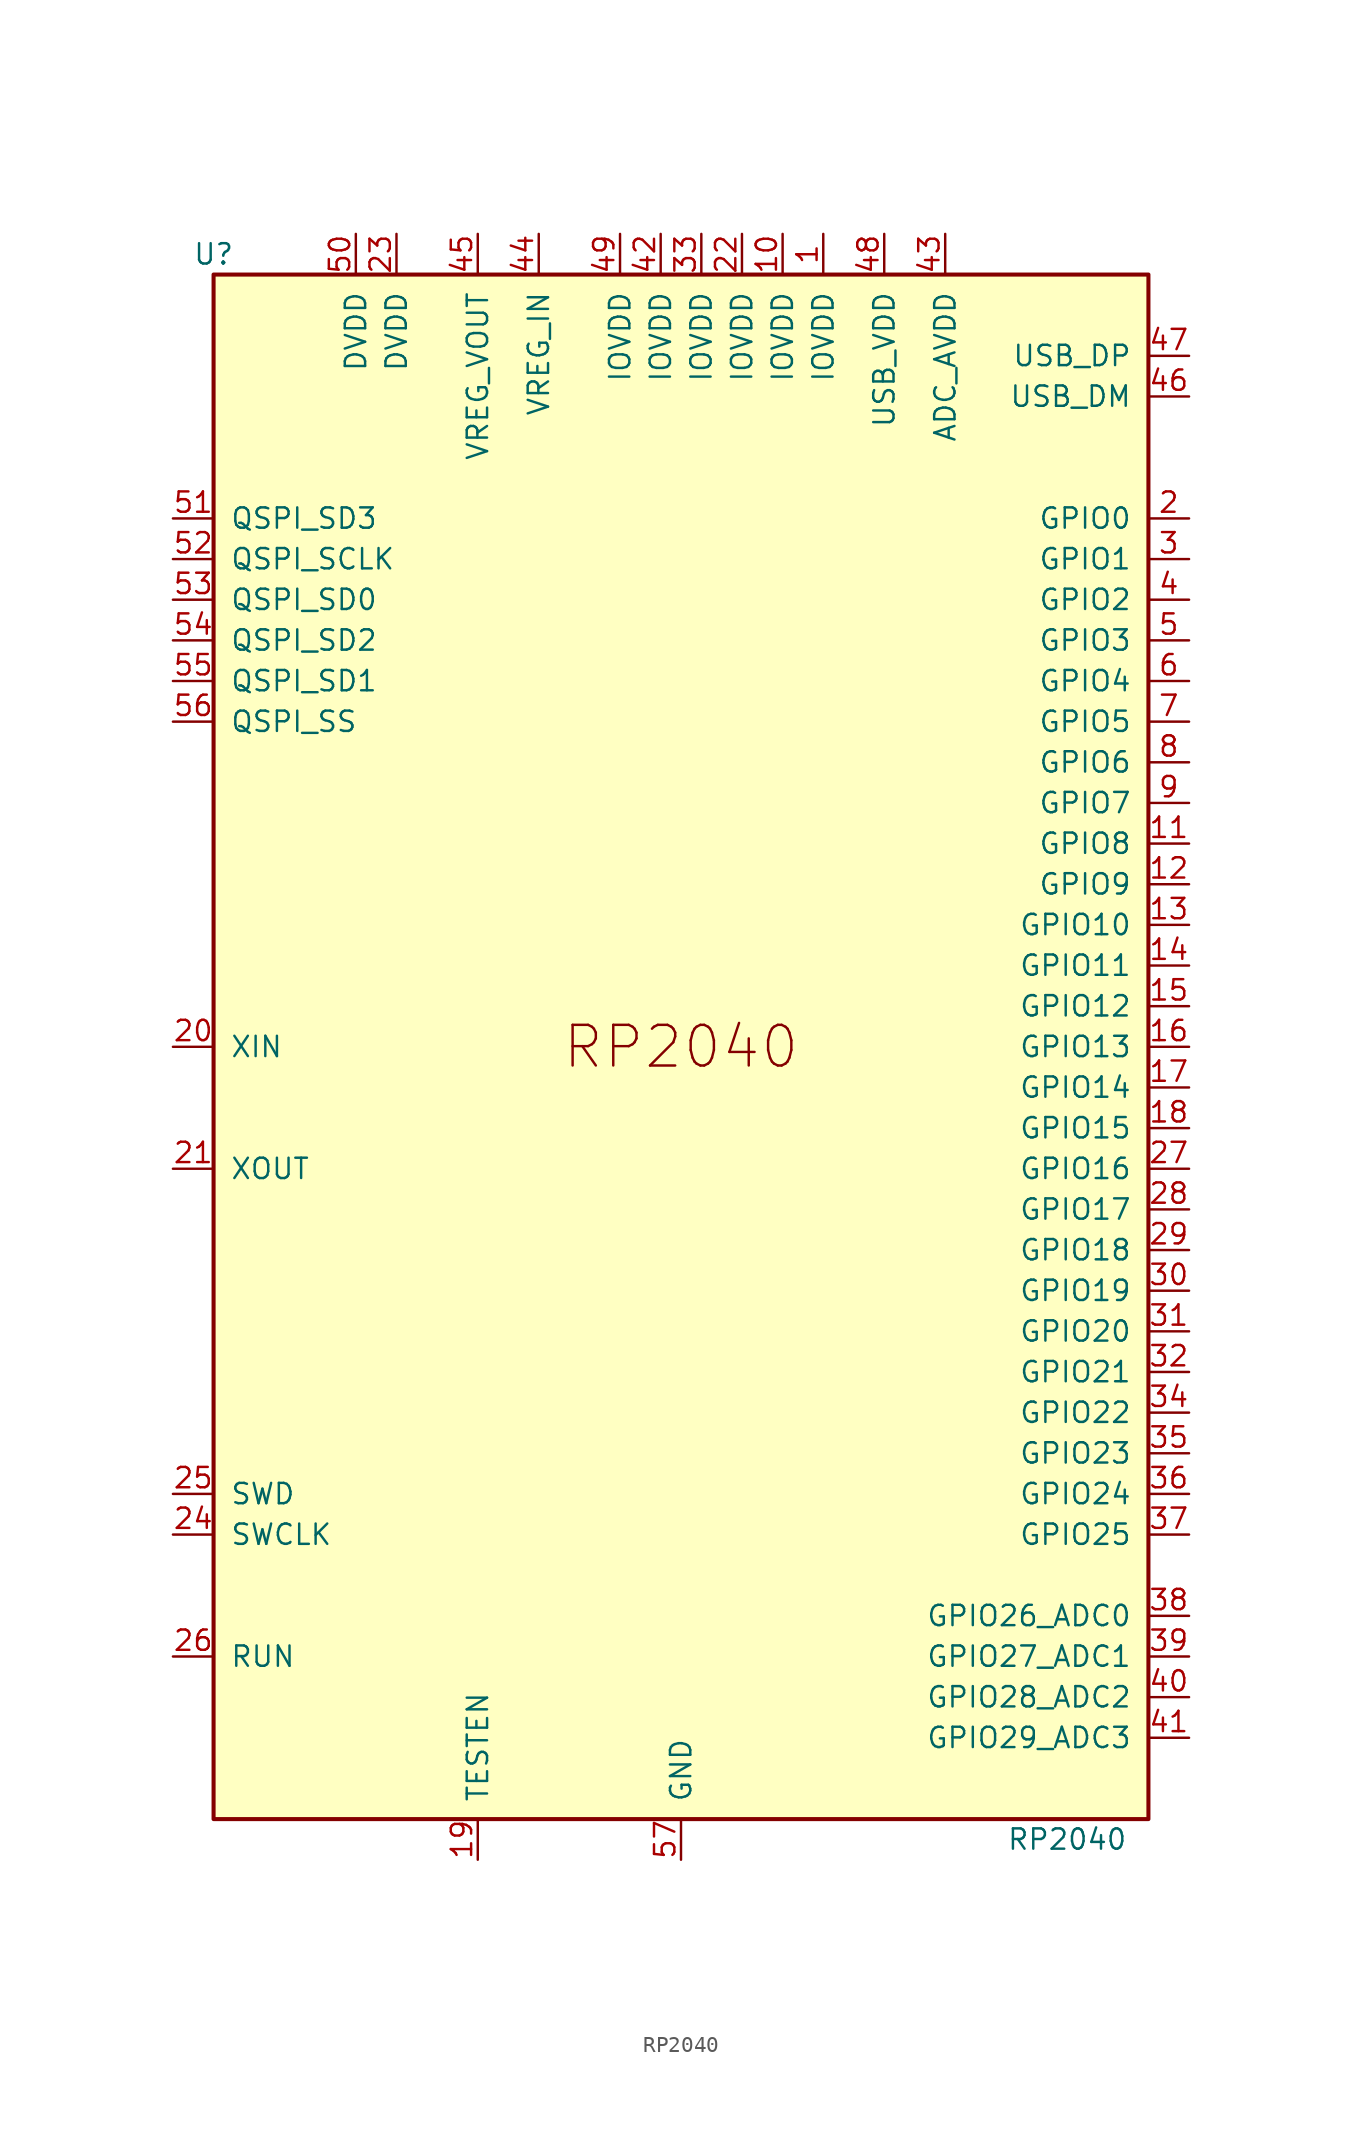
<source format=kicad_sym>
(kicad_symbol_lib
  (version 20211014)
  (generator kicad_symbol_editor)
  (symbol "RP2040"
    (pin_names
      (offset 1.016))
    (property "Reference" "U"
      (at -29.21 49.53 0)
      (effects (font (size 1.27 1.27))))
    (property "Value" "RP2040"
      (at 24.13 -49.53 0)
      (effects (font (size 1.27 1.27))))
    (symbol "RP2040_0_0"
      (text "RP2040" (at 0 0 0) (effects (font (size 2.54 2.54)))))
    (symbol "RP2040_0_1"
      (rectangle (start 29.21 48.26) (end -29.21 -48.26) (stroke (width 0.254) (type default) (color 0 0 0 0)) (fill (type background))))
    (symbol "RP2040_1_1"
      (pin power_in line (at 8.89 50.8 270) (length 2.54) (name "IOVDD" (effects (font (size 1.27 1.27)))) (number "1" (effects (font (size 1.27 1.27)))))
      (pin power_in line (at 6.35 50.8 270) (length 2.54) (name "IOVDD" (effects (font (size 1.27 1.27)))) (number "10" (effects (font (size 1.27 1.27)))))
      (pin bidirectional line (at 31.75 12.7 180) (length 2.54) (name "GPIO8" (effects (font (size 1.27 1.27)))) (number "11" (effects (font (size 1.27 1.27)))))
      (pin bidirectional line (at 31.75 10.16 180) (length 2.54) (name "GPIO9" (effects (font (size 1.27 1.27)))) (number "12" (effects (font (size 1.27 1.27)))))
      (pin bidirectional line (at 31.75 7.62 180) (length 2.54) (name "GPIO10" (effects (font (size 1.27 1.27)))) (number "13" (effects (font (size 1.27 1.27)))))
      (pin bidirectional line (at 31.75 5.08 180) (length 2.54) (name "GPIO11" (effects (font (size 1.27 1.27)))) (number "14" (effects (font (size 1.27 1.27)))))
      (pin bidirectional line (at 31.75 2.54 180) (length 2.54) (name "GPIO12" (effects (font (size 1.27 1.27)))) (number "15" (effects (font (size 1.27 1.27)))))
      (pin bidirectional line (at 31.75 0 180) (length 2.54) (name "GPIO13" (effects (font (size 1.27 1.27)))) (number "16" (effects (font (size 1.27 1.27)))))
      (pin bidirectional line (at 31.75 -2.54 180) (length 2.54) (name "GPIO14" (effects (font (size 1.27 1.27)))) (number "17" (effects (font (size 1.27 1.27)))))
      (pin bidirectional line (at 31.75 -5.08 180) (length 2.54) (name "GPIO15" (effects (font (size 1.27 1.27)))) (number "18" (effects (font (size 1.27 1.27)))))
      (pin passive line (at -12.7 -50.8 90) (length 2.54) (name "TESTEN" (effects (font (size 1.27 1.27)))) (number "19" (effects (font (size 1.27 1.27)))))
      (pin bidirectional line (at 31.75 33.02 180) (length 2.54) (name "GPIO0" (effects (font (size 1.27 1.27)))) (number "2" (effects (font (size 1.27 1.27)))))
      (pin input line (at -31.75 0 0) (length 2.54) (name "XIN" (effects (font (size 1.27 1.27)))) (number "20" (effects (font (size 1.27 1.27)))))
      (pin passive line (at -31.75 -7.62 0) (length 2.54) (name "XOUT" (effects (font (size 1.27 1.27)))) (number "21" (effects (font (size 1.27 1.27)))))
      (pin power_in line (at 3.81 50.8 270) (length 2.54) (name "IOVDD" (effects (font (size 1.27 1.27)))) (number "22" (effects (font (size 1.27 1.27)))))
      (pin power_in line (at -17.78 50.8 270) (length 2.54) (name "DVDD" (effects (font (size 1.27 1.27)))) (number "23" (effects (font (size 1.27 1.27)))))
      (pin output line (at -31.75 -30.48 0) (length 2.54) (name "SWCLK" (effects (font (size 1.27 1.27)))) (number "24" (effects (font (size 1.27 1.27)))))
      (pin bidirectional line (at -31.75 -27.94 0) (length 2.54) (name "SWD" (effects (font (size 1.27 1.27)))) (number "25" (effects (font (size 1.27 1.27)))))
      (pin input line (at -31.75 -38.1 0) (length 2.54) (name "RUN" (effects (font (size 1.27 1.27)))) (number "26" (effects (font (size 1.27 1.27)))))
      (pin bidirectional line (at 31.75 -7.62 180) (length 2.54) (name "GPIO16" (effects (font (size 1.27 1.27)))) (number "27" (effects (font (size 1.27 1.27)))))
      (pin bidirectional line (at 31.75 -10.16 180) (length 2.54) (name "GPIO17" (effects (font (size 1.27 1.27)))) (number "28" (effects (font (size 1.27 1.27)))))
      (pin bidirectional line (at 31.75 -12.7 180) (length 2.54) (name "GPIO18" (effects (font (size 1.27 1.27)))) (number "29" (effects (font (size 1.27 1.27)))))
      (pin bidirectional line (at 31.75 30.48 180) (length 2.54) (name "GPIO1" (effects (font (size 1.27 1.27)))) (number "3" (effects (font (size 1.27 1.27)))))
      (pin bidirectional line (at 31.75 -15.24 180) (length 2.54) (name "GPIO19" (effects (font (size 1.27 1.27)))) (number "30" (effects (font (size 1.27 1.27)))))
      (pin bidirectional line (at 31.75 -17.78 180) (length 2.54) (name "GPIO20" (effects (font (size 1.27 1.27)))) (number "31" (effects (font (size 1.27 1.27)))))
      (pin bidirectional line (at 31.75 -20.32 180) (length 2.54) (name "GPIO21" (effects (font (size 1.27 1.27)))) (number "32" (effects (font (size 1.27 1.27)))))
      (pin power_in line (at 1.27 50.8 270) (length 2.54) (name "IOVDD" (effects (font (size 1.27 1.27)))) (number "33" (effects (font (size 1.27 1.27)))))
      (pin bidirectional line (at 31.75 -22.86 180) (length 2.54) (name "GPIO22" (effects (font (size 1.27 1.27)))) (number "34" (effects (font (size 1.27 1.27)))))
      (pin bidirectional line (at 31.75 -25.4 180) (length 2.54) (name "GPIO23" (effects (font (size 1.27 1.27)))) (number "35" (effects (font (size 1.27 1.27)))))
      (pin bidirectional line (at 31.75 -27.94 180) (length 2.54) (name "GPIO24" (effects (font (size 1.27 1.27)))) (number "36" (effects (font (size 1.27 1.27)))))
      (pin bidirectional line (at 31.75 -30.48 180) (length 2.54) (name "GPIO25" (effects (font (size 1.27 1.27)))) (number "37" (effects (font (size 1.27 1.27)))))
      (pin bidirectional line (at 31.75 -35.56 180) (length 2.54) (name "GPIO26_ADC0" (effects (font (size 1.27 1.27)))) (number "38" (effects (font (size 1.27 1.27)))))
      (pin bidirectional line (at 31.75 -38.1 180) (length 2.54) (name "GPIO27_ADC1" (effects (font (size 1.27 1.27)))) (number "39" (effects (font (size 1.27 1.27)))))
      (pin bidirectional line (at 31.75 27.94 180) (length 2.54) (name "GPIO2" (effects (font (size 1.27 1.27)))) (number "4" (effects (font (size 1.27 1.27)))))
      (pin bidirectional line (at 31.75 -40.64 180) (length 2.54) (name "GPIO28_ADC2" (effects (font (size 1.27 1.27)))) (number "40" (effects (font (size 1.27 1.27)))))
      (pin bidirectional line (at 31.75 -43.18 180) (length 2.54) (name "GPIO29_ADC3" (effects (font (size 1.27 1.27)))) (number "41" (effects (font (size 1.27 1.27)))))
      (pin power_in line (at -1.27 50.8 270) (length 2.54) (name "IOVDD" (effects (font (size 1.27 1.27)))) (number "42" (effects (font (size 1.27 1.27)))))
      (pin power_in line (at 16.51 50.8 270) (length 2.54) (name "ADC_AVDD" (effects (font (size 1.27 1.27)))) (number "43" (effects (font (size 1.27 1.27)))))
      (pin power_in line (at -8.89 50.8 270) (length 2.54) (name "VREG_IN" (effects (font (size 1.27 1.27)))) (number "44" (effects (font (size 1.27 1.27)))))
      (pin power_out line (at -12.7 50.8 270) (length 2.54) (name "VREG_VOUT" (effects (font (size 1.27 1.27)))) (number "45" (effects (font (size 1.27 1.27)))))
      (pin bidirectional line (at 31.75 40.64 180) (length 2.54) (name "USB_DM" (effects (font (size 1.27 1.27)))) (number "46" (effects (font (size 1.27 1.27)))))
      (pin bidirectional line (at 31.75 43.18 180) (length 2.54) (name "USB_DP" (effects (font (size 1.27 1.27)))) (number "47" (effects (font (size 1.27 1.27)))))
      (pin power_in line (at 12.7 50.8 270) (length 2.54) (name "USB_VDD" (effects (font (size 1.27 1.27)))) (number "48" (effects (font (size 1.27 1.27)))))
      (pin power_in line (at -3.81 50.8 270) (length 2.54) (name "IOVDD" (effects (font (size 1.27 1.27)))) (number "49" (effects (font (size 1.27 1.27)))))
      (pin bidirectional line (at 31.75 25.4 180) (length 2.54) (name "GPIO3" (effects (font (size 1.27 1.27)))) (number "5" (effects (font (size 1.27 1.27)))))
      (pin power_in line (at -20.32 50.8 270) (length 2.54) (name "DVDD" (effects (font (size 1.27 1.27)))) (number "50" (effects (font (size 1.27 1.27)))))
      (pin bidirectional line (at -31.75 33.02 0) (length 2.54) (name "QSPI_SD3" (effects (font (size 1.27 1.27)))) (number "51" (effects (font (size 1.27 1.27)))))
      (pin output line (at -31.75 30.48 0) (length 2.54) (name "QSPI_SCLK" (effects (font (size 1.27 1.27)))) (number "52" (effects (font (size 1.27 1.27)))))
      (pin bidirectional line (at -31.75 27.94 0) (length 2.54) (name "QSPI_SD0" (effects (font (size 1.27 1.27)))) (number "53" (effects (font (size 1.27 1.27)))))
      (pin bidirectional line (at -31.75 25.4 0) (length 2.54) (name "QSPI_SD2" (effects (font (size 1.27 1.27)))) (number "54" (effects (font (size 1.27 1.27)))))
      (pin bidirectional line (at -31.75 22.86 0) (length 2.54) (name "QSPI_SD1" (effects (font (size 1.27 1.27)))) (number "55" (effects (font (size 1.27 1.27)))))
      (pin bidirectional line (at -31.75 20.32 0) (length 2.54) (name "QSPI_SS" (effects (font (size 1.27 1.27)))) (number "56" (effects (font (size 1.27 1.27)))))
      (pin power_in line (at 0 -50.8 90) (length 2.54) (name "GND" (effects (font (size 1.27 1.27)))) (number "57" (effects (font (size 1.27 1.27)))))
      (pin bidirectional line (at 31.75 22.86 180) (length 2.54) (name "GPIO4" (effects (font (size 1.27 1.27)))) (number "6" (effects (font (size 1.27 1.27)))))
      (pin bidirectional line (at 31.75 20.32 180) (length 2.54) (name "GPIO5" (effects (font (size 1.27 1.27)))) (number "7" (effects (font (size 1.27 1.27)))))
      (pin bidirectional line (at 31.75 17.78 180) (length 2.54) (name "GPIO6" (effects (font (size 1.27 1.27)))) (number "8" (effects (font (size 1.27 1.27)))))
      (pin bidirectional line (at 31.75 15.24 180) (length 2.54) (name "GPIO7" (effects (font (size 1.27 1.27)))) (number "9" (effects (font (size 1.27 1.27))))))))
</source>
